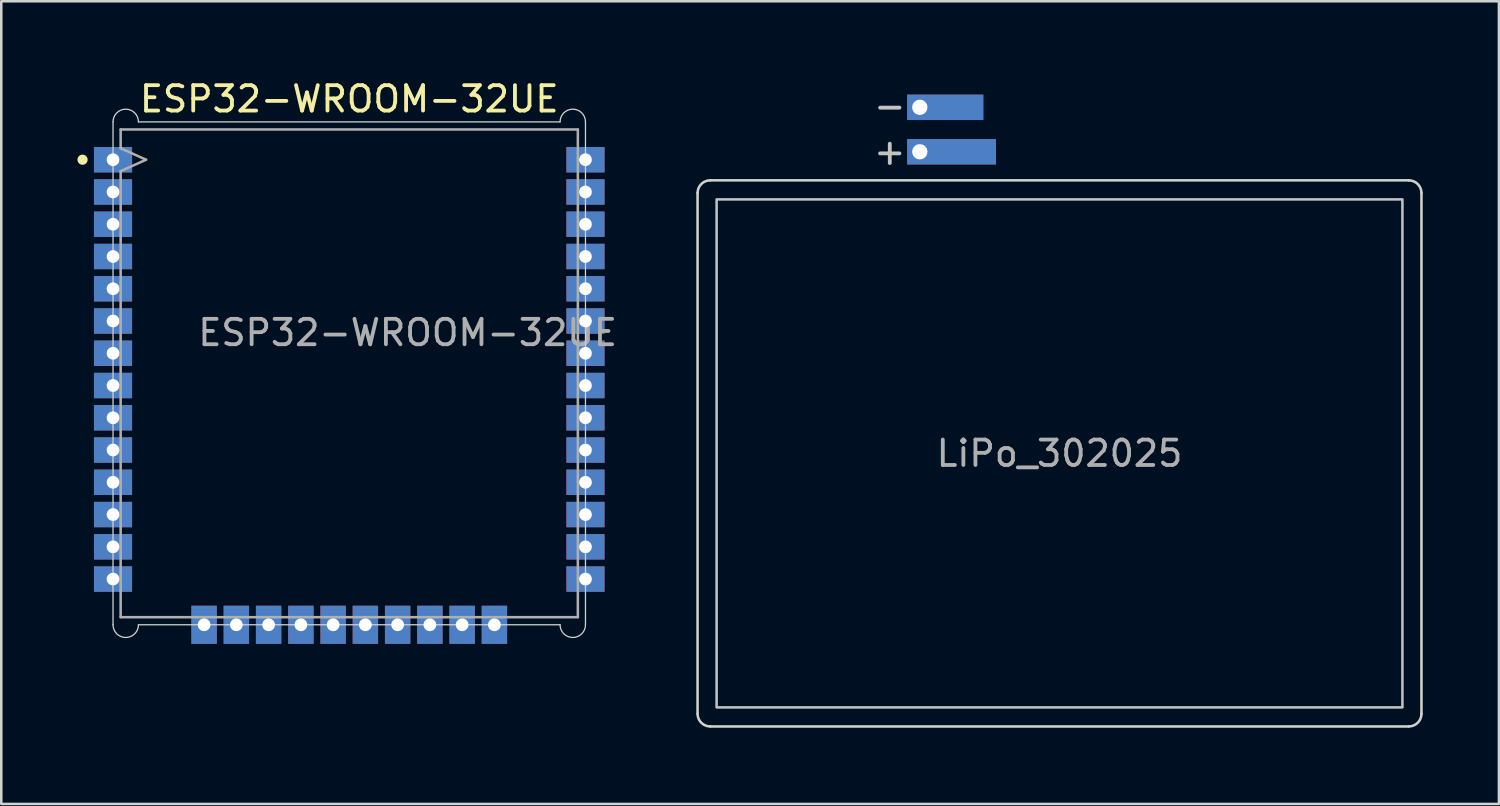
<source format=kicad_pcb>
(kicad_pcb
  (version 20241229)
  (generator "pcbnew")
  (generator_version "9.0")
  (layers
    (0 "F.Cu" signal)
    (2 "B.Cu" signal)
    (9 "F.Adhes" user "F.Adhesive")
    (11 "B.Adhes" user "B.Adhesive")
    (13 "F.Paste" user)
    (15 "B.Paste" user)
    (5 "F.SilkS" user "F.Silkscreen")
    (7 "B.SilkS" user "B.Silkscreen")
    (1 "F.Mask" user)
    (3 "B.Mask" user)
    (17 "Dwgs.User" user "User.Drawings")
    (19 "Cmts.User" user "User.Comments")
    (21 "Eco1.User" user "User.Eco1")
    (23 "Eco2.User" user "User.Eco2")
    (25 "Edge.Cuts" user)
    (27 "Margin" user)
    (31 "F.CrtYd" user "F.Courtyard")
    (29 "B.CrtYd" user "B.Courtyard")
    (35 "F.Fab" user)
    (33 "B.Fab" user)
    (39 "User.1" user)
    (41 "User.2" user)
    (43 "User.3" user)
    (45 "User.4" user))
  (footprint "ESP32-WROOM-32UE"
    (layer "F.Cu")
    (at 10.7 11.648)
    (property "Reference" "ESP32-WROOM-32UE" (at 0 -10.8 0) (unlocked yes) (layer "F.SilkS") (effects (font (size 1 1) (thickness 0.15))))
    (attr smd)
    (fp_circle (center -10.5 -8.41) (end -10.3 -8.41) (stroke (width 0) (type solid)) (fill yes) (layer "F.SilkS"))
    (fp_line (start -9.3 -9.9) (end -9.3 9.9) (stroke (width 0.05) (type default)) (layer "Edge.Cuts"))
    (fp_line (start -8.3 -9.9) (end 8.3 -9.9) (stroke (width 0.05) (type default)) (layer "Edge.Cuts"))
    (fp_line (start 8.3 9.9) (end -8.3 9.9) (stroke (width 0.05) (type default)) (layer "Edge.Cuts"))
    (fp_line (start 9.3 -9.9) (end 9.3 9.9) (stroke (width 0.05) (type default)) (layer "Edge.Cuts"))
    (fp_arc (start -9.3 -9.9) (mid -8.8 -10.4) (end -8.3 -9.9) (stroke (width 0.05) (type default)) (layer "Edge.Cuts"))
    (fp_arc (start -8.3 9.9) (mid -8.8 10.4) (end -9.3 9.9) (stroke (width 0.05) (type default)) (layer "Edge.Cuts"))
    (fp_arc (start 8.3 -9.9) (mid 8.8 -10.4) (end 9.3 -9.9) (stroke (width 0.05) (type default)) (layer "Edge.Cuts"))
    (fp_arc (start 9.3 9.9) (mid 8.8 10.4) (end 8.3 9.9) (stroke (width 0.05) (type default)) (layer "Edge.Cuts"))
    (fp_line (start -9 -9.6) (end -9 -8.86) (stroke (width 0.1) (type solid)) (layer "F.Fab"))
    (fp_line (start -9 -9.6) (end 9 -9.6) (stroke (width 0.1) (type solid)) (layer "F.Fab"))
    (fp_line (start -9 -7.96) (end -9 9.6) (stroke (width 0.1) (type solid)) (layer "F.Fab"))
    (fp_line (start -9 9.6) (end 9 9.6) (stroke (width 0.1) (type solid)) (layer "F.Fab"))
    (fp_line (start -8 -8.41) (end -9 -8.86) (stroke (width 0.1) (type solid)) (layer "F.Fab"))
    (fp_line (start -8 -8.41) (end -9 -7.96) (stroke (width 0.1) (type solid)) (layer "F.Fab"))
    (fp_line (start 9 -9.6) (end 9 9.6) (stroke (width 0.1) (type solid)) (layer "F.Fab"))
    (fp_text user "${REFERENCE}" (at 2.3 -1.6 0) (unlocked yes) (layer "F.Fab") (effects (font (size 1 1) (thickness 0.15))))
    (pad "1" thru_hole rect (at -9.3 -8.41) (size 1.5 1) (drill 0.5) (property pad_prop_castellated) (layers "*.Cu" "*.Mask"))
    (pad "2" thru_hole rect (at -9.3 -7.14) (size 1.5 1) (drill 0.5) (property pad_prop_castellated) (layers "*.Cu" "*.Mask"))
    (pad "3" thru_hole rect (at -9.3 -5.87) (size 1.5 1) (drill 0.5) (property pad_prop_castellated) (layers "*.Cu" "*.Mask"))
    (pad "4" thru_hole rect (at -9.3 -4.6) (size 1.5 1) (drill 0.5) (property pad_prop_castellated) (layers "*.Cu" "*.Mask"))
    (pad "5" thru_hole rect (at -9.3 -3.33) (size 1.5 1) (drill 0.5) (property pad_prop_castellated) (layers "*.Cu" "*.Mask"))
    (pad "6" thru_hole rect (at -9.3 -2.06) (size 1.5 1) (drill 0.5) (property pad_prop_castellated) (layers "*.Cu" "*.Mask"))
    (pad "7" thru_hole rect (at -9.3 -0.79) (size 1.5 1) (drill 0.5) (property pad_prop_castellated) (layers "*.Cu" "*.Mask"))
    (pad "8" thru_hole rect (at -9.3 0.48) (size 1.5 1) (drill 0.5) (property pad_prop_castellated) (layers "*.Cu" "*.Mask"))
    (pad "9" thru_hole rect (at -9.3 1.75) (size 1.5 1) (drill 0.5) (property pad_prop_castellated) (layers "*.Cu" "*.Mask"))
    (pad "10" thru_hole rect (at -9.3 3.02) (size 1.5 1) (drill 0.5) (property pad_prop_castellated) (layers "*.Cu" "*.Mask"))
    (pad "11" thru_hole rect (at -9.3 4.29) (size 1.5 1) (drill 0.5) (property pad_prop_castellated) (layers "*.Cu" "*.Mask"))
    (pad "12" thru_hole rect (at -9.3 5.56) (size 1.5 1) (drill 0.5) (property pad_prop_castellated) (layers "*.Cu" "*.Mask"))
    (pad "13" thru_hole rect (at -9.3 6.83) (size 1.5 1) (drill 0.5) (property pad_prop_castellated) (layers "*.Cu" "*.Mask"))
    (pad "14" thru_hole rect (at -9.3 8.1) (size 1.5 1) (drill 0.5) (property pad_prop_castellated) (layers "*.Cu" "*.Mask"))
    (pad "15" thru_hole rect (at -5.715 9.9 90) (size 1.5 1) (drill 0.5) (property pad_prop_castellated) (layers "*.Cu" "*.Mask"))
    (pad "16" thru_hole rect (at -4.445 9.9 90) (size 1.5 1) (drill 0.5) (property pad_prop_castellated) (layers "*.Cu" "*.Mask"))
    (pad "17" thru_hole rect (at -3.175 9.9 90) (size 1.5 1) (drill 0.5) (property pad_prop_castellated) (layers "*.Cu" "*.Mask"))
    (pad "18" thru_hole rect (at -1.905 9.9 90) (size 1.5 1) (drill 0.5) (property pad_prop_castellated) (layers "*.Cu" "*.Mask"))
    (pad "19" thru_hole rect (at -0.635 9.9 90) (size 1.5 1) (drill 0.5) (property pad_prop_castellated) (layers "*.Cu" "*.Mask"))
    (pad "20" thru_hole rect (at 0.635 9.9 90) (size 1.5 1) (drill 0.5) (property pad_prop_castellated) (layers "*.Cu" "*.Mask"))
    (pad "21" thru_hole rect (at 1.905 9.9 90) (size 1.5 1) (drill 0.5) (property pad_prop_castellated) (layers "*.Cu" "*.Mask"))
    (pad "22" thru_hole rect (at 3.175 9.9 90) (size 1.5 1) (drill 0.5) (property pad_prop_castellated) (layers "*.Cu" "*.Mask"))
    (pad "23" thru_hole rect (at 4.445 9.9 90) (size 1.5 1) (drill 0.5) (property pad_prop_castellated) (layers "*.Cu" "*.Mask"))
    (pad "24" thru_hole rect (at 5.715 9.9 90) (size 1.5 1) (drill 0.5) (property pad_prop_castellated) (layers "*.Cu" "*.Mask"))
    (pad "25" thru_hole rect (at 9.3 8.1) (size 1.5 1) (drill 0.5) (property pad_prop_castellated) (layers "*.Cu" "*.Mask"))
    (pad "26" thru_hole rect (at 9.3 6.83) (size 1.5 1) (drill 0.5) (property pad_prop_castellated) (layers "*.Cu" "*.Mask"))
    (pad "27" thru_hole rect (at 9.3 5.56) (size 1.5 1) (drill 0.5) (property pad_prop_castellated) (layers "*.Cu" "*.Mask"))
    (pad "28" thru_hole rect (at 9.3 4.29) (size 1.5 1) (drill 0.5) (property pad_prop_castellated) (layers "*.Cu" "*.Mask"))
    (pad "29" thru_hole rect (at 9.3 3.02) (size 1.5 1) (drill 0.5) (property pad_prop_castellated) (layers "*.Cu" "*.Mask"))
    (pad "30" thru_hole rect (at 9.3 1.75) (size 1.5 1) (drill 0.5) (property pad_prop_castellated) (layers "*.Cu" "*.Mask"))
    (pad "31" thru_hole rect (at 9.3 0.48) (size 1.5 1) (drill 0.5) (property pad_prop_castellated) (layers "*.Cu" "*.Mask"))
    (pad "32" thru_hole rect (at 9.3 -0.79) (size 1.5 1) (drill 0.5) (property pad_prop_castellated) (layers "*.Cu" "*.Mask"))
    (pad "33" thru_hole rect (at 9.3 -2.06) (size 1.5 1) (drill 0.5) (property pad_prop_castellated) (layers "*.Cu" "*.Mask"))
    (pad "34" thru_hole rect (at 9.3 -3.33) (size 1.5 1) (drill 0.5) (property pad_prop_castellated) (layers "*.Cu" "*.Mask"))
    (pad "35" thru_hole rect (at 9.3 -4.6) (size 1.5 1) (drill 0.5) (property pad_prop_castellated) (layers "*.Cu" "*.Mask"))
    (pad "36" thru_hole rect (at 9.3 -5.87) (size 1.5 1) (drill 0.5) (property pad_prop_castellated) (layers "*.Cu" "*.Mask"))
    (pad "37" thru_hole rect (at 9.3 -7.14) (size 1.5 1) (drill 0.5) (property pad_prop_castellated) (layers "*.Cu" "*.Mask"))
    (pad "38" thru_hole rect (at 9.3 -8.41) (size 1.5 1) (drill 0.5) (property pad_prop_castellated) (layers "*.Cu" "*.Mask")))
  (footprint "LiPo_302025"
    (layer "F.Cu")
    (at 52.163 14.8)
    (property "Reference" "LiPo_302025" (at -8.5 -12.25 0) (layer "User.3") (effects (font (size 1 1) (thickness 0.15))))
    (attr through_hole)
    (fp_rect (start -27 -10) (end 0 10) (stroke (width 0.1) (type solid)) (fill no) (layer "Dwgs.User"))
    (fp_line (start -27.75 10.25) (end -27.75 -10.25) (stroke (width 0.1) (type default)) (layer "Edge.Cuts"))
    (fp_line (start -27.25 -10.75) (end 0.25 -10.75) (stroke (width 0.1) (type default)) (layer "Edge.Cuts"))
    (fp_line (start 0.25 10.75) (end -27.25 10.75) (stroke (width 0.1) (type default)) (layer "Edge.Cuts"))
    (fp_line (start 0.75 -10.25) (end 0.75 10.25) (stroke (width 0.1) (type default)) (layer "Edge.Cuts"))
    (fp_arc (start -27.75 -10.25) (mid -27.603553 -10.603553) (end -27.25 -10.75) (stroke (width 0.1) (type default)) (layer "Edge.Cuts"))
    (fp_arc (start -27.25 10.75) (mid -27.603553 10.603553) (end -27.75 10.25) (stroke (width 0.1) (type default)) (layer "Edge.Cuts"))
    (fp_arc (start 0.25 -10.75) (mid 0.603553 -10.603553) (end 0.75 -10.25) (stroke (width 0.1) (type default)) (layer "Edge.Cuts"))
    (fp_arc (start 0.75 10.25) (mid 0.603553 10.603553) (end 0.25 10.75) (stroke (width 0.1) (type default)) (layer "Edge.Cuts"))
    (fp_line (start -27.75 10.25) (end -27.75 -10.25) (stroke (width 0.1) (type default)) (layer "User.2"))
    (fp_line (start -27.25 -10.75) (end -21 -10.75) (stroke (width 0.1) (type solid)) (layer "User.2"))
    (fp_line (start -21 -10.75) (end -21 -14.25) (stroke (width 0.1) (type default)) (layer "User.2"))
    (fp_line (start -20.5 -14.75) (end 0.25 -14.75) (stroke (width 0.1) (type default)) (layer "User.2"))
    (fp_line (start 0.25 10.75) (end -27.25 10.75) (stroke (width 0.1) (type default)) (layer "User.2"))
    (fp_line (start 0.75 -14.25) (end 0.75 10.25) (stroke (width 0.1) (type default)) (layer "User.2"))
    (fp_arc (start -27.75 -10.25) (mid -27.603553 -10.603553) (end -27.25 -10.75) (stroke (width 0.1) (type default)) (layer "User.2"))
    (fp_arc (start -27.25 10.75) (mid -27.603553 10.603553) (end -27.75 10.25) (stroke (width 0.1) (type default)) (layer "User.2"))
    (fp_arc (start -21 -14.25) (mid -20.853553 -14.603553) (end -20.5 -14.75) (stroke (width 0.1) (type default)) (layer "User.2"))
    (fp_arc (start 0.25 -14.75) (mid 0.603553 -14.603553) (end 0.75 -14.25) (stroke (width 0.1) (type default)) (layer "User.2"))
    (fp_arc (start 0.75 10.25) (mid 0.603553 10.603553) (end 0.25 10.75) (stroke (width 0.1) (type default)) (layer "User.2"))
    (fp_text user "+" (at -20.9 -11.3 0) (unlocked yes) (layer "Dwgs.User") (effects (font (size 1 1) (thickness 0.15)) (justify left bottom)))
    (fp_text user "-" (at -20.9 -13.1 0) (unlocked yes) (layer "Dwgs.User") (effects (font (size 1 1) (thickness 0.15)) (justify left bottom)))
    (fp_text user "${REFERENCE}" (at -13.5 0 180) (layer "F.Fab") (effects (font (size 1 1) (thickness 0.15))))
    (pad "1" thru_hole rect (at -19 -13.625) (size 3 1) (drill 0.6 (offset 1 0)) (layers "*.Cu" "*.Mask"))
    (pad "2" thru_hole rect (at -19 -11.875) (size 3.5 1) (drill 0.6 (offset 1.25 0)) (layers "*.Cu" "*.Mask")))
  (gr_rect
    (start -3 -3)
    (end 55.963 28.6)
    (stroke (width 0.1) (type default))
    (fill no)
    (layer "Edge.Cuts")))
</source>
